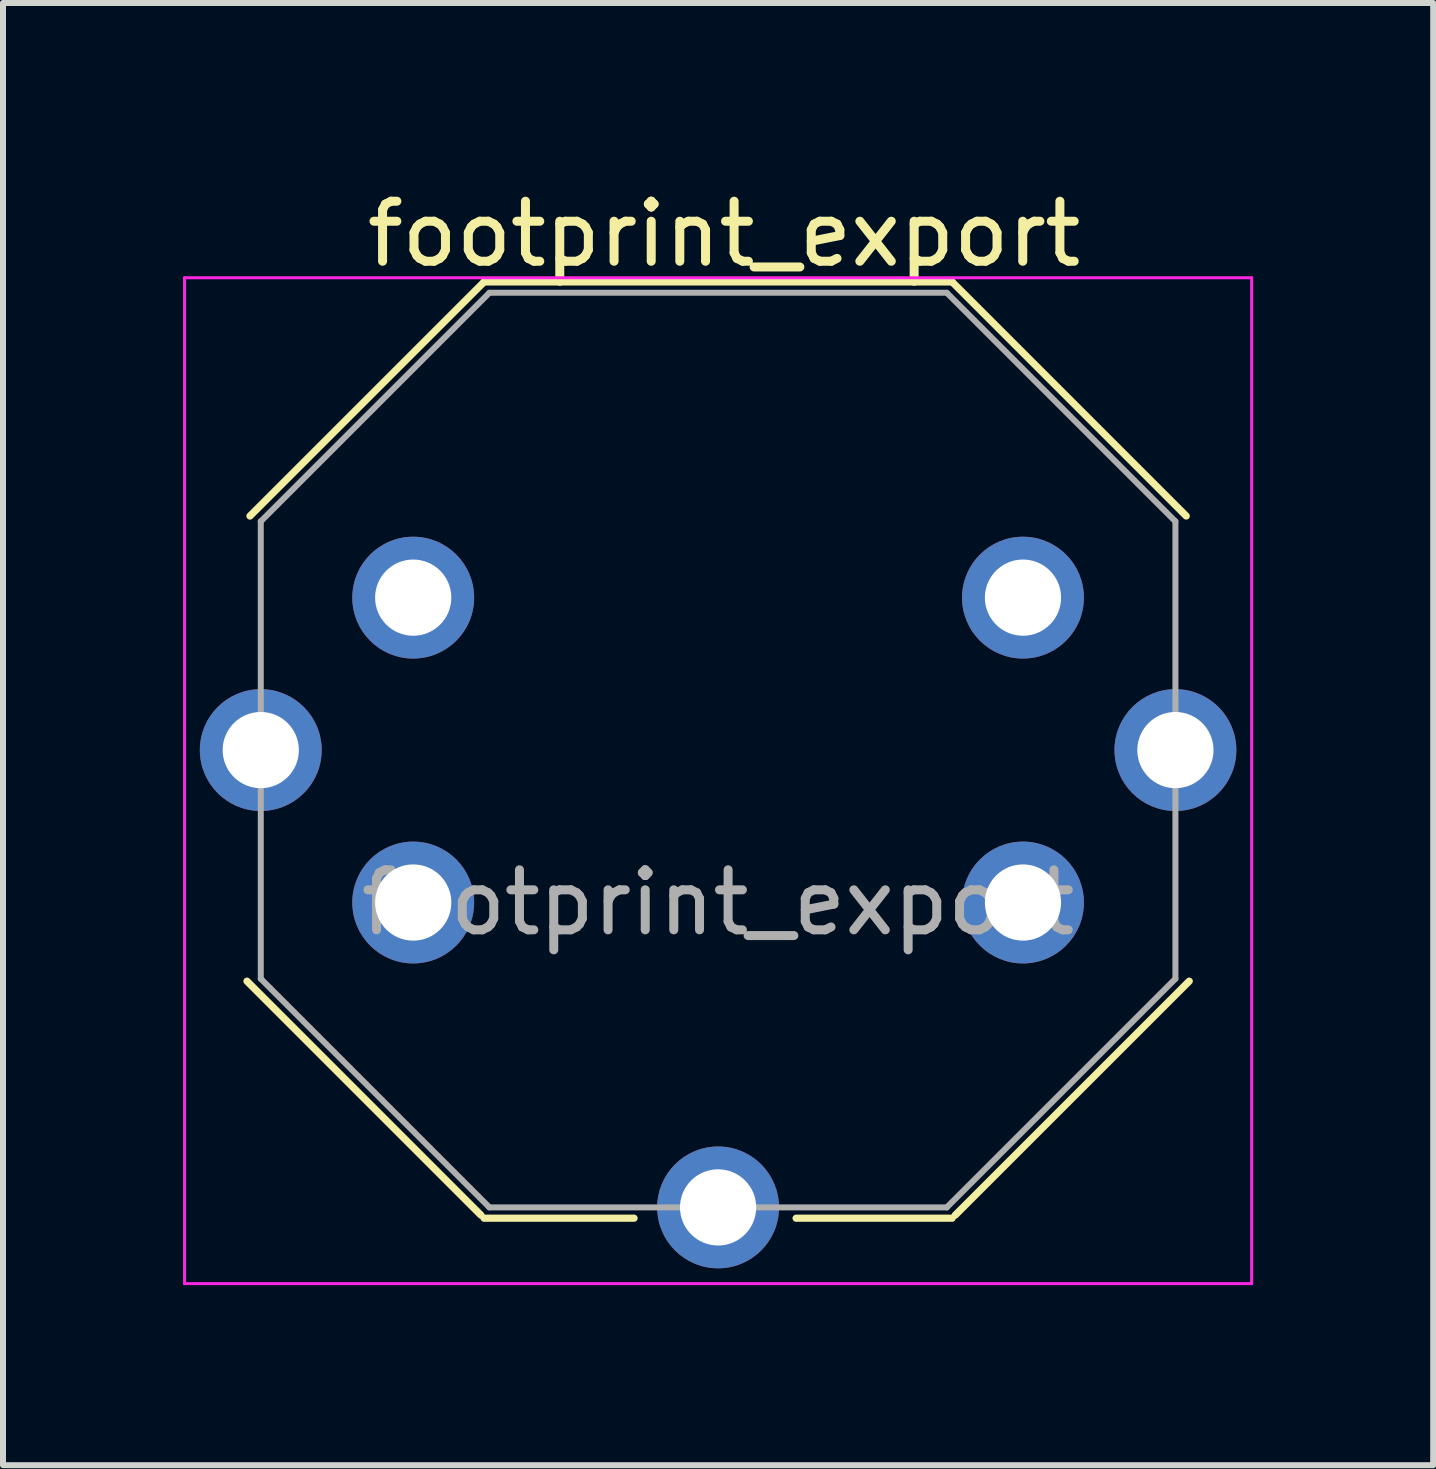
<source format=kicad_pcb>
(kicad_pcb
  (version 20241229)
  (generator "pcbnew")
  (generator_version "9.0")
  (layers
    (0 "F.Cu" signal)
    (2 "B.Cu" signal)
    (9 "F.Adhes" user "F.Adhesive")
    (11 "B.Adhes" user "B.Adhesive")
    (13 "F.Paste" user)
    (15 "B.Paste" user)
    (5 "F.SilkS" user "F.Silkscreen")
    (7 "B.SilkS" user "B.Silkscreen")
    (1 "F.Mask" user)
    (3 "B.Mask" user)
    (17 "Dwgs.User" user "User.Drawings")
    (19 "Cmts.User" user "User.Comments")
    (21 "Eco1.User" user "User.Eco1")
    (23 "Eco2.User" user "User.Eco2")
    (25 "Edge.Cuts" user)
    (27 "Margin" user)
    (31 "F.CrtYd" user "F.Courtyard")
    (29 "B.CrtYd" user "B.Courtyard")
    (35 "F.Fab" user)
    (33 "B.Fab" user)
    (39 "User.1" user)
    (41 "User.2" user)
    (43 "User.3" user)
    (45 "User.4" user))
  (footprint "footprint_export"
    (layer "F.Cu")
    (at 1.295 9.448)
    (property "Reference" "footprint_export" (at 7.72 -8.6 0) (layer "F.SilkS") (effects (font (size 1 1) (thickness 0.15))))
    (attr through_hole)
    (fp_line (start -0.18 -3.9) (end 3.72 -7.8) (stroke (width 0.12) (type solid)) (layer "F.SilkS"))
    (fp_line (start 3.67 7.75) (end -0.23 3.85) (stroke (width 0.12) (type solid)) (layer "F.SilkS"))
    (fp_line (start 3.72 -7.8) (end 11.52 -7.8) (stroke (width 0.12) (type solid)) (layer "F.SilkS"))
    (fp_line (start 6.22 7.8) (end 3.72 7.8) (stroke (width 0.12) (type solid)) (layer "F.SilkS"))
    (fp_line (start 11.52 -7.8) (end 15.42 -3.9) (stroke (width 0.12) (type solid)) (layer "F.SilkS"))
    (fp_line (start 11.52 7.8) (end 8.92 7.8) (stroke (width 0.12) (type solid)) (layer "F.SilkS"))
    (fp_line (start 15.47 3.85) (end 11.57 7.75) (stroke (width 0.12) (type solid)) (layer "F.SilkS"))
    (fp_line (start -1.27 -7.87) (end -1.27 8.89) (stroke (width 0.05) (type solid)) (layer "F.CrtYd"))
    (fp_line (start -1.27 -7.87) (end 16.51 -7.87) (stroke (width 0.05) (type solid)) (layer "F.CrtYd"))
    (fp_line (start 16.51 8.89) (end -1.27 8.89) (stroke (width 0.05) (type solid)) (layer "F.CrtYd"))
    (fp_line (start 16.51 8.89) (end 16.51 -7.87) (stroke (width 0.05) (type solid)) (layer "F.CrtYd"))
    (fp_line (start 0 -3.81) (end 0 3.81) (stroke (width 0.1) (type solid)) (layer "F.Fab"))
    (fp_line (start 0 3.81) (end 3.81 7.62) (stroke (width 0.1) (type solid)) (layer "F.Fab"))
    (fp_line (start 3.81 -7.62) (end 0 -3.81) (stroke (width 0.1) (type solid)) (layer "F.Fab"))
    (fp_line (start 3.81 7.62) (end 11.43 7.62) (stroke (width 0.1) (type solid)) (layer "F.Fab"))
    (fp_line (start 11.43 -7.62) (end 3.81 -7.62) (stroke (width 0.1) (type solid)) (layer "F.Fab"))
    (fp_line (start 11.43 7.62) (end 15.24 3.81) (stroke (width 0.1) (type solid)) (layer "F.Fab"))
    (fp_line (start 15.24 -3.81) (end 11.43 -7.62) (stroke (width 0.1) (type solid)) (layer "F.Fab"))
    (fp_line (start 15.24 3.81) (end 15.24 -3.81) (stroke (width 0.1) (type solid)) (layer "F.Fab"))
    (fp_text user "${REFERENCE}" (at 7.62 2.54 0) (layer "F.Fab") (effects (font (size 1 1) (thickness 0.15))))
    (pad "0" thru_hole circle (at 7.62 7.62) (size 2.03 2.03) (drill 1.27) (layers "*.Cu" "*.Mask"))
    (pad "1" thru_hole circle (at 0 0) (size 2.03 2.03) (drill 1.27) (layers "*.Cu" "*.Mask"))
    (pad "1" thru_hole circle (at 2.54 -2.54) (size 2.03 2.03) (drill 1.27) (layers "*.Cu" "*.Mask"))
    (pad "1" thru_hole circle (at 2.54 2.54) (size 2.03 2.03) (drill 1.27) (layers "*.Cu" "*.Mask"))
    (pad "2" thru_hole circle (at 12.7 -2.54) (size 2.03 2.03) (drill 1.27) (layers "*.Cu" "*.Mask"))
    (pad "2" thru_hole circle (at 12.7 2.54) (size 2.03 2.03) (drill 1.27) (layers "*.Cu" "*.Mask"))
    (pad "2" thru_hole circle (at 15.24 0) (size 2.03 2.03) (drill 1.27) (layers "*.Cu" "*.Mask")))
  (gr_rect
    (start -3 -3)
    (end 20.83 21.363)
    (stroke (width 0.1) (type default))
    (fill no)
    (layer "Edge.Cuts")))
</source>
